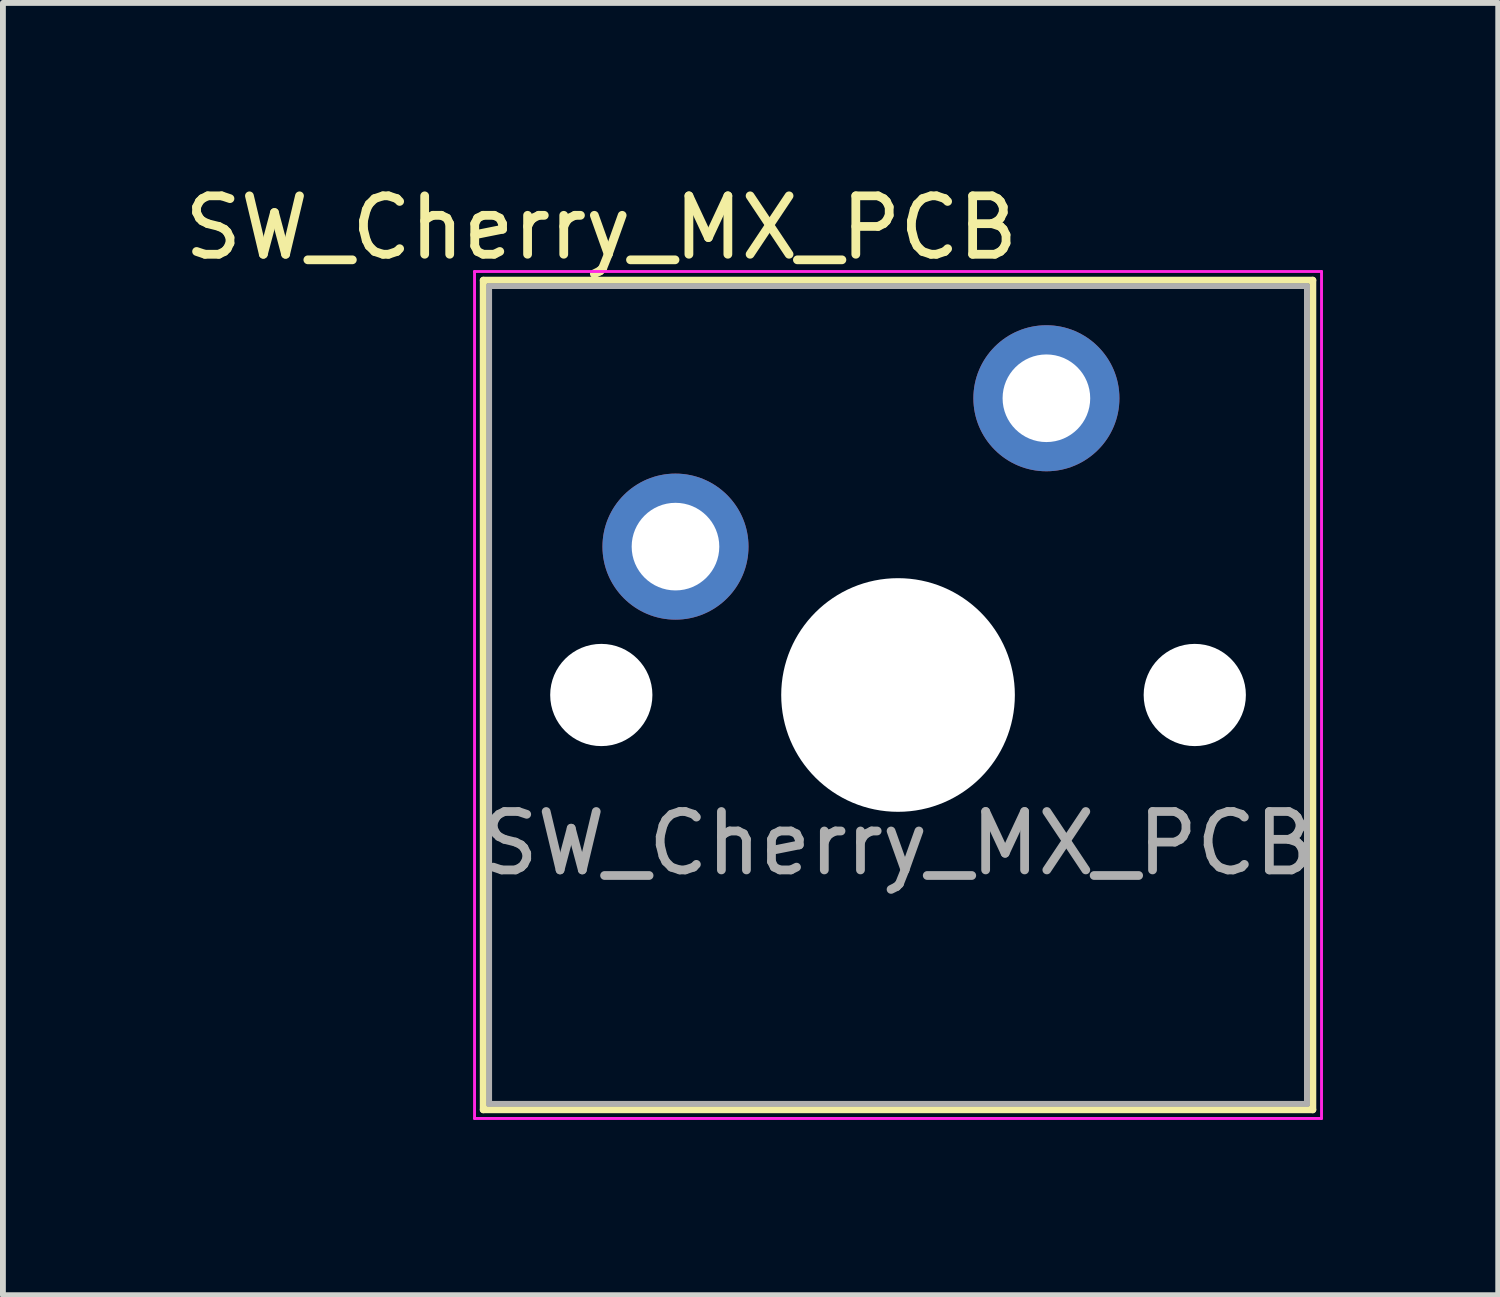
<source format=kicad_pcb>
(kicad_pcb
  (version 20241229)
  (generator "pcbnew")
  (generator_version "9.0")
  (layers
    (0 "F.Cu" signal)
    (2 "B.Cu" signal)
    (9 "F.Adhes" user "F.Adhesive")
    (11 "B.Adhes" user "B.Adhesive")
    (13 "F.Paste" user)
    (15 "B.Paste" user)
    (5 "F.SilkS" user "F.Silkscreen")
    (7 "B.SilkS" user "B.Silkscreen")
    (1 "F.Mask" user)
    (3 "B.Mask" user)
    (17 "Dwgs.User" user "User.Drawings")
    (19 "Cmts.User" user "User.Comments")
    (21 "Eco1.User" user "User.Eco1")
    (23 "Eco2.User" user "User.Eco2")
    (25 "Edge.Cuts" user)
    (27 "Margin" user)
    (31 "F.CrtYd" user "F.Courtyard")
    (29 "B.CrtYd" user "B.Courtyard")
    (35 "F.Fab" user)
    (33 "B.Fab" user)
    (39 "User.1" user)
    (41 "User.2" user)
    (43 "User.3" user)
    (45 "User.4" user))
  (footprint "SW_Cherry_MX_PCB"
    (layer "F.Cu")
    (at 12.324 8.848)
    (property "Reference" "SW_Cherry_MX_PCB" (at -5.08 -8 0) (layer "F.SilkS") (effects (font (size 1 1) (thickness 0.15))))
    (attr through_hole)
    (fp_line (start -7.1 -7.1) (end -7.1 7.1) (stroke (width 0.12) (type solid)) (layer "F.SilkS"))
    (fp_line (start -7.1 7.1) (end 7.1 7.1) (stroke (width 0.12) (type solid)) (layer "F.SilkS"))
    (fp_line (start 7.1 -7.1) (end -7.1 -7.1) (stroke (width 0.12) (type solid)) (layer "F.SilkS"))
    (fp_line (start 7.1 7.1) (end 7.1 -7.1) (stroke (width 0.12) (type solid)) (layer "F.SilkS"))
    (fp_line (start -7 -7) (end -7 7) (stroke (width 0.1) (type solid)) (layer "Eco1.User"))
    (fp_line (start -7 7) (end 7 7) (stroke (width 0.1) (type solid)) (layer "Eco1.User"))
    (fp_line (start 7 -7) (end -7 -7) (stroke (width 0.1) (type solid)) (layer "Eco1.User"))
    (fp_line (start 7 7) (end 7 -7) (stroke (width 0.1) (type solid)) (layer "Eco1.User"))
    (fp_line (start -7.25 -7.25) (end -7.25 7.25) (stroke (width 0.05) (type solid)) (layer "F.CrtYd"))
    (fp_line (start -7.25 7.25) (end 7.25 7.25) (stroke (width 0.05) (type solid)) (layer "F.CrtYd"))
    (fp_line (start 7.25 -7.25) (end -7.25 -7.25) (stroke (width 0.05) (type solid)) (layer "F.CrtYd"))
    (fp_line (start 7.25 7.25) (end 7.25 -7.25) (stroke (width 0.05) (type solid)) (layer "F.CrtYd"))
    (fp_line (start -7 -7) (end -7 7) (stroke (width 0.1) (type solid)) (layer "F.Fab"))
    (fp_line (start -7 7) (end 7 7) (stroke (width 0.1) (type solid)) (layer "F.Fab"))
    (fp_line (start 7 -7) (end -7 -7) (stroke (width 0.1) (type solid)) (layer "F.Fab"))
    (fp_line (start 7 7) (end 7 -7) (stroke (width 0.1) (type solid)) (layer "F.Fab"))
    (fp_text user "${REFERENCE}" (at 0 2.54 0) (layer "F.Fab") (effects (font (size 1 1) (thickness 0.15))))
    (pad "" np_thru_hole circle (at -5.08 0) (size 1.75 1.75) (drill 1.75) (layers "*.Cu" "*.Mask"))
    (pad "" np_thru_hole circle (at 0 0) (size 4 4) (drill 4) (layers "*.Cu" "*.Mask"))
    (pad "" np_thru_hole circle (at 5.08 0) (size 1.75 1.75) (drill 1.75) (layers "*.Cu" "*.Mask"))
    (pad "1" thru_hole circle (at -3.81 -2.54) (size 2.5 2.5) (drill 1.5) (layers "*.Cu" "*.Mask"))
    (pad "2" thru_hole circle (at 2.54 -5.08) (size 2.5 2.5) (drill 1.5) (layers "*.Cu" "*.Mask")))
  (gr_rect
    (start -3 -3)
    (end 22.599 19.123)
    (stroke (width 0.1) (type default))
    (fill no)
    (layer "Edge.Cuts")))
</source>
